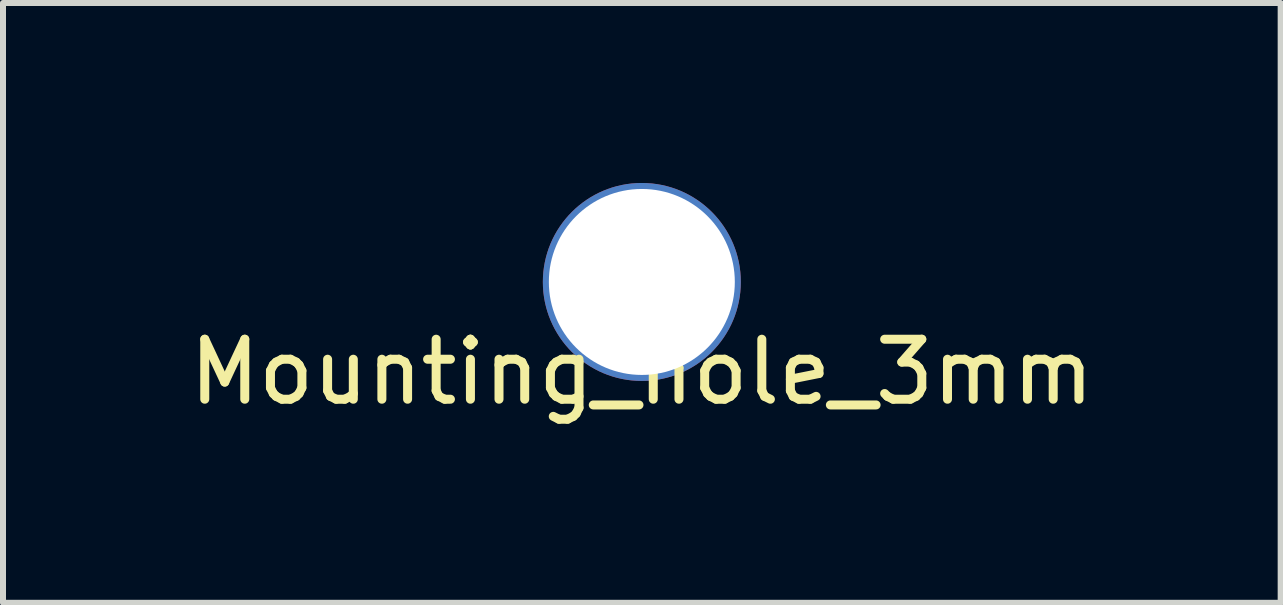
<source format=kicad_pcb>
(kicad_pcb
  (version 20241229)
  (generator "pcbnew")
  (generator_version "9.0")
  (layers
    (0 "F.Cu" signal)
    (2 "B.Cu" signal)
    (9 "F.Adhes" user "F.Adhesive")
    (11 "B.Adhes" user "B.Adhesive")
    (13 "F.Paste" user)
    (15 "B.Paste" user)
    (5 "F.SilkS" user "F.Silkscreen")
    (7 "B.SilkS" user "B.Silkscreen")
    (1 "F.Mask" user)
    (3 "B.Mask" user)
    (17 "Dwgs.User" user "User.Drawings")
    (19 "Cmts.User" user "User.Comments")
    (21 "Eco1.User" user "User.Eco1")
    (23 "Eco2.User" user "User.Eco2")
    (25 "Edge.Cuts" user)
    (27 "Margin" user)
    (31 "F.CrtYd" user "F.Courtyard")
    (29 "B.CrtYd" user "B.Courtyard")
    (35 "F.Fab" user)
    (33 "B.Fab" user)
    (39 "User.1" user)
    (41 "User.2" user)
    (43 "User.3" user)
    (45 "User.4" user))
  (footprint "Mounting_hole_3mm"
    (layer "F.Cu")
    (at 7.649 1.65)
    (property "Reference" "Mounting_hole_3mm" (at 0 1.5 0) (layer "F.SilkS") (effects (font (size 1 1) (thickness 0.15))))
    (attr through_hole)
    (pad "1" thru_hole circle (at 0 0) (size 3.3 3.3) (drill 3.1) (layers "*.Cu" "*.Mask")))
  (gr_rect
    (start -3 -3)
    (end 18.298 6.998)
    (stroke (width 0.1) (type default))
    (fill no)
    (layer "Edge.Cuts")))
</source>
